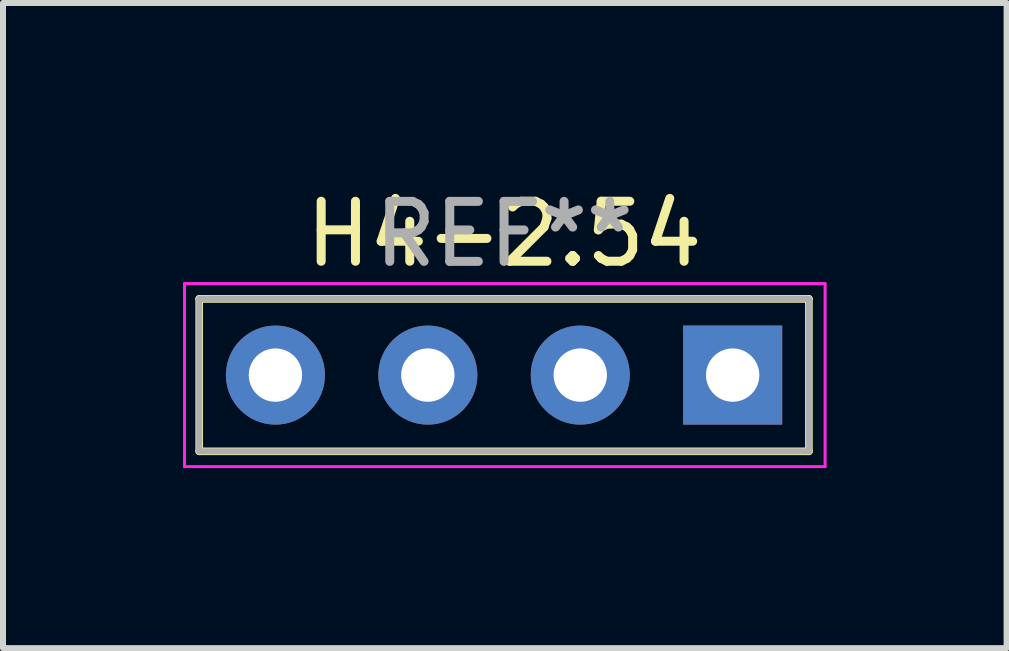
<source format=kicad_pcb>
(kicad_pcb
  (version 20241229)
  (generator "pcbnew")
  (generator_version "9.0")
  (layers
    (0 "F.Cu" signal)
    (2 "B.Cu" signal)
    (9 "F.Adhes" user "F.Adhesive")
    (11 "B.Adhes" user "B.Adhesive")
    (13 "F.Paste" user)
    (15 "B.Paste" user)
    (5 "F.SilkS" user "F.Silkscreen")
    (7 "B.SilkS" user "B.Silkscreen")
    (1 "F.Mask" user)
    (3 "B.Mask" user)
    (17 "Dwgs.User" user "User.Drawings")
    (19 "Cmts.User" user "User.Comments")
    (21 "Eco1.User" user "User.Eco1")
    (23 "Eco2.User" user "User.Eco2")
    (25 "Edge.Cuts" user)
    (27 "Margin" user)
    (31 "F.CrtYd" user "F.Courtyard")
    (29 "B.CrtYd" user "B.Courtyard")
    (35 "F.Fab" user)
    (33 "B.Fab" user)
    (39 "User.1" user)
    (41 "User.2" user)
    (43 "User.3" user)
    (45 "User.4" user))
  (footprint "H4-2.54"
    (layer "F.Cu")
    (at 5.35 3.201)
    (property "Reference" "H4-2.54" (at 0 -2.352 0) (layer "F.SilkS") (effects (font (size 1 1) (thickness 0.15))))
    (attr exclude_from_pos_files exclude_from_bom)
    (fp_line (start -5.08 -1.27) (end 5.08 -1.27) (stroke (width 0.127) (type solid)) (layer "F.SilkS"))
    (fp_line (start -5.08 1.27) (end -5.08 -1.27) (stroke (width 0.127) (type solid)) (layer "F.SilkS"))
    (fp_line (start 5.08 -1.27) (end 5.08 1.27) (stroke (width 0.127) (type solid)) (layer "F.SilkS"))
    (fp_line (start 5.08 1.27) (end -5.08 1.27) (stroke (width 0.127) (type solid)) (layer "F.SilkS"))
    (fp_line (start -5.325 -1.525) (end 5.35 -1.525) (stroke (width 0.05) (type solid)) (layer "F.CrtYd"))
    (fp_line (start -5.325 1.525) (end -5.325 -1.525) (stroke (width 0.05) (type solid)) (layer "F.CrtYd"))
    (fp_line (start 5.35 -1.525) (end 5.35 1.525) (stroke (width 0.05) (type solid)) (layer "F.CrtYd"))
    (fp_line (start 5.35 1.525) (end -5.325 1.525) (stroke (width 0.05) (type solid)) (layer "F.CrtYd"))
    (fp_line (start -5.08 -1.27) (end 5.08 -1.27) (stroke (width 0.1) (type solid)) (layer "F.Fab"))
    (fp_line (start -5.08 1.27) (end -5.08 -1.27) (stroke (width 0.1) (type solid)) (layer "F.Fab"))
    (fp_line (start 5.08 -1.27) (end 5.08 1.27) (stroke (width 0.1) (type solid)) (layer "F.Fab"))
    (fp_line (start 5.08 1.27) (end -5.08 1.27) (stroke (width 0.1) (type solid)) (layer "F.Fab"))
    (fp_text user "REF**" (at 0 -2.35 0) (layer "F.Fab") (effects (font (size 1 1) (thickness 0.15))))
    (pad "1" thru_hole rect (at 3.81 0 270) (size 1.651 1.651) (drill 0.889) (layers "*.Cu" "*.Mask"))
    (pad "2" thru_hole circle (at 1.27 0 270) (size 1.651 1.651) (drill 0.889) (layers "*.Cu" "*.Mask"))
    (pad "3" thru_hole circle (at -1.27 0 270) (size 1.651 1.651) (drill 0.889) (layers "*.Cu" "*.Mask"))
    (pad "4" thru_hole circle (at -3.81 0 270) (size 1.651 1.651) (drill 0.889) (layers "*.Cu" "*.Mask")))
  (gr_rect
    (start -3 -3)
    (end 13.725 7.751)
    (stroke (width 0.1) (type default))
    (fill no)
    (layer "Edge.Cuts")))
</source>
